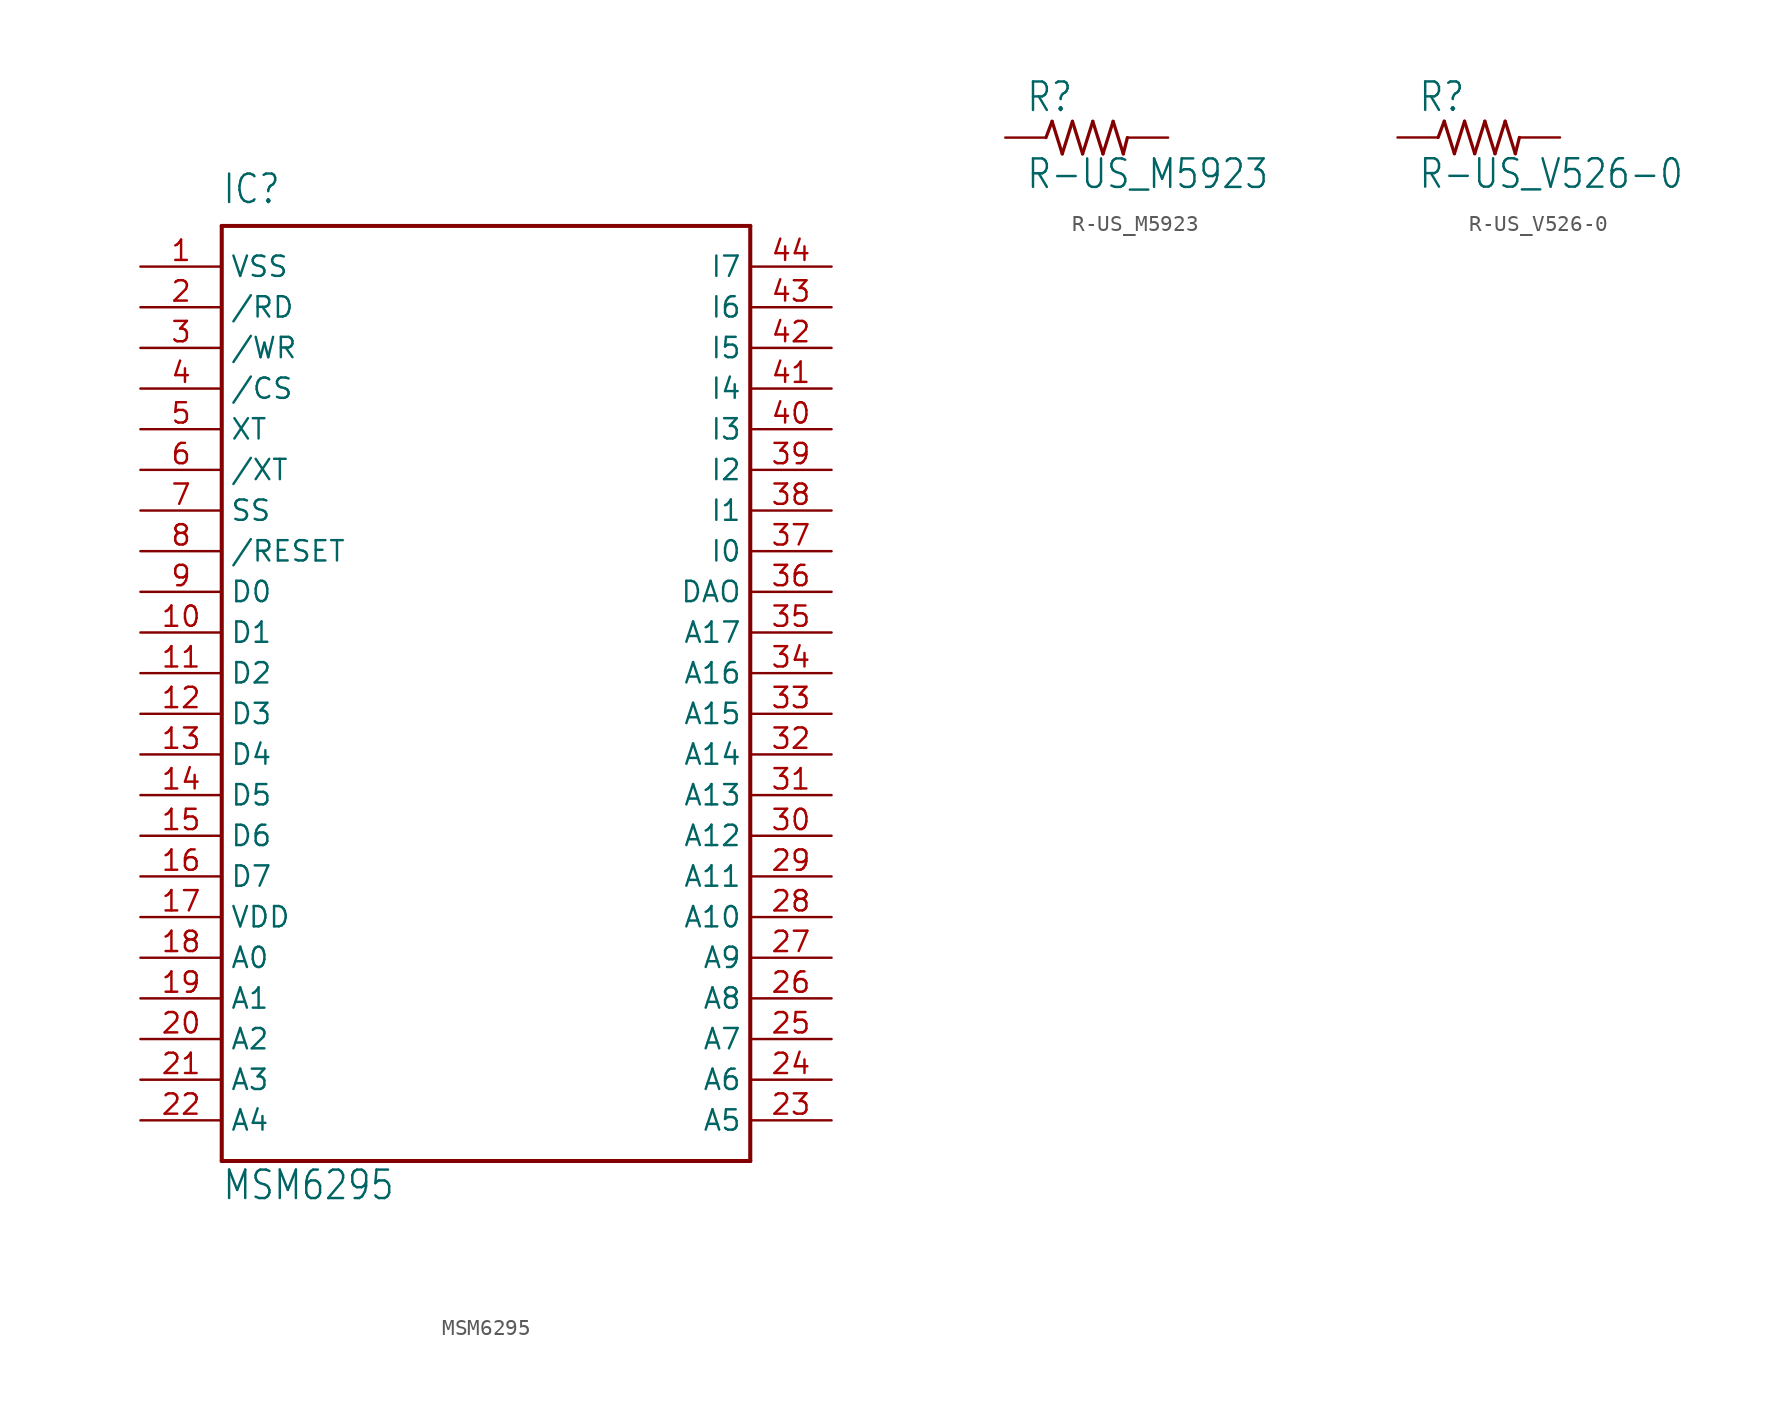
<source format=kicad_sym>
(kicad_symbol_lib
  (version 20211014)
  (generator kicad_symbol_editor)
  (symbol "MSM6295"
    (property "Reference" "IC"
      (at -17.78 31.75 0)
      (effects (font (size 1.778 1.511)) (justify left bottom)))
    (property "Value" "MSM6295"
      (at -17.78 -30.48 0)
      (effects (font (size 1.778 1.511)) (justify left bottom)))
    (property "ki_locked" ""
      (at 0 0 0)
      (effects (font (size 1.27 1.27))))
    (symbol "MSM6295_1_0"
      (polyline (pts (xy -17.78 -27.94) (xy 15.24 -27.94)) (stroke (width 0.254) (type default) (color 0 0 0 0)) (fill (type none)))
      (polyline (pts (xy -17.78 30.48) (xy -17.78 -27.94)) (stroke (width 0.254) (type default) (color 0 0 0 0)) (fill (type none)))
      (polyline (pts (xy 15.24 -27.94) (xy 15.24 30.48)) (stroke (width 0.254) (type default) (color 0 0 0 0)) (fill (type none)))
      (polyline (pts (xy 15.24 30.48) (xy -17.78 30.48)) (stroke (width 0.254) (type default) (color 0 0 0 0)) (fill (type none)))
      (pin power_in line (at -22.86 27.94 0) (length 5.08) (name "VSS" (effects (font (size 1.27 1.27)))) (number "1" (effects (font (size 1.27 1.27)))))
      (pin bidirectional line (at -22.86 5.08 0) (length 5.08) (name "D1" (effects (font (size 1.27 1.27)))) (number "10" (effects (font (size 1.27 1.27)))))
      (pin bidirectional line (at -22.86 2.54 0) (length 5.08) (name "D2" (effects (font (size 1.27 1.27)))) (number "11" (effects (font (size 1.27 1.27)))))
      (pin bidirectional line (at -22.86 0 0) (length 5.08) (name "D3" (effects (font (size 1.27 1.27)))) (number "12" (effects (font (size 1.27 1.27)))))
      (pin bidirectional line (at -22.86 -2.54 0) (length 5.08) (name "D4" (effects (font (size 1.27 1.27)))) (number "13" (effects (font (size 1.27 1.27)))))
      (pin bidirectional line (at -22.86 -5.08 0) (length 5.08) (name "D5" (effects (font (size 1.27 1.27)))) (number "14" (effects (font (size 1.27 1.27)))))
      (pin bidirectional line (at -22.86 -7.62 0) (length 5.08) (name "D6" (effects (font (size 1.27 1.27)))) (number "15" (effects (font (size 1.27 1.27)))))
      (pin bidirectional line (at -22.86 -10.16 0) (length 5.08) (name "D7" (effects (font (size 1.27 1.27)))) (number "16" (effects (font (size 1.27 1.27)))))
      (pin power_in line (at -22.86 -12.7 0) (length 5.08) (name "VDD" (effects (font (size 1.27 1.27)))) (number "17" (effects (font (size 1.27 1.27)))))
      (pin bidirectional line (at -22.86 -15.24 0) (length 5.08) (name "A0" (effects (font (size 1.27 1.27)))) (number "18" (effects (font (size 1.27 1.27)))))
      (pin bidirectional line (at -22.86 -17.78 0) (length 5.08) (name "A1" (effects (font (size 1.27 1.27)))) (number "19" (effects (font (size 1.27 1.27)))))
      (pin input line (at -22.86 25.4 0) (length 5.08) (name "/RD" (effects (font (size 1.27 1.27)))) (number "2" (effects (font (size 1.27 1.27)))))
      (pin bidirectional line (at -22.86 -20.32 0) (length 5.08) (name "A2" (effects (font (size 1.27 1.27)))) (number "20" (effects (font (size 1.27 1.27)))))
      (pin bidirectional line (at -22.86 -22.86 0) (length 5.08) (name "A3" (effects (font (size 1.27 1.27)))) (number "21" (effects (font (size 1.27 1.27)))))
      (pin bidirectional line (at -22.86 -25.4 0) (length 5.08) (name "A4" (effects (font (size 1.27 1.27)))) (number "22" (effects (font (size 1.27 1.27)))))
      (pin bidirectional line (at 20.32 -25.4 180) (length 5.08) (name "A5" (effects (font (size 1.27 1.27)))) (number "23" (effects (font (size 1.27 1.27)))))
      (pin bidirectional line (at 20.32 -22.86 180) (length 5.08) (name "A6" (effects (font (size 1.27 1.27)))) (number "24" (effects (font (size 1.27 1.27)))))
      (pin bidirectional line (at 20.32 -20.32 180) (length 5.08) (name "A7" (effects (font (size 1.27 1.27)))) (number "25" (effects (font (size 1.27 1.27)))))
      (pin bidirectional line (at 20.32 -17.78 180) (length 5.08) (name "A8" (effects (font (size 1.27 1.27)))) (number "26" (effects (font (size 1.27 1.27)))))
      (pin bidirectional line (at 20.32 -15.24 180) (length 5.08) (name "A9" (effects (font (size 1.27 1.27)))) (number "27" (effects (font (size 1.27 1.27)))))
      (pin bidirectional line (at 20.32 -12.7 180) (length 5.08) (name "A10" (effects (font (size 1.27 1.27)))) (number "28" (effects (font (size 1.27 1.27)))))
      (pin bidirectional line (at 20.32 -10.16 180) (length 5.08) (name "A11" (effects (font (size 1.27 1.27)))) (number "29" (effects (font (size 1.27 1.27)))))
      (pin input line (at -22.86 22.86 0) (length 5.08) (name "/WR" (effects (font (size 1.27 1.27)))) (number "3" (effects (font (size 1.27 1.27)))))
      (pin bidirectional line (at 20.32 -7.62 180) (length 5.08) (name "A12" (effects (font (size 1.27 1.27)))) (number "30" (effects (font (size 1.27 1.27)))))
      (pin bidirectional line (at 20.32 -5.08 180) (length 5.08) (name "A13" (effects (font (size 1.27 1.27)))) (number "31" (effects (font (size 1.27 1.27)))))
      (pin bidirectional line (at 20.32 -2.54 180) (length 5.08) (name "A14" (effects (font (size 1.27 1.27)))) (number "32" (effects (font (size 1.27 1.27)))))
      (pin bidirectional line (at 20.32 0 180) (length 5.08) (name "A15" (effects (font (size 1.27 1.27)))) (number "33" (effects (font (size 1.27 1.27)))))
      (pin bidirectional line (at 20.32 2.54 180) (length 5.08) (name "A16" (effects (font (size 1.27 1.27)))) (number "34" (effects (font (size 1.27 1.27)))))
      (pin bidirectional line (at 20.32 5.08 180) (length 5.08) (name "A17" (effects (font (size 1.27 1.27)))) (number "35" (effects (font (size 1.27 1.27)))))
      (pin output line (at 20.32 7.62 180) (length 5.08) (name "DAO" (effects (font (size 1.27 1.27)))) (number "36" (effects (font (size 1.27 1.27)))))
      (pin bidirectional line (at 20.32 10.16 180) (length 5.08) (name "I0" (effects (font (size 1.27 1.27)))) (number "37" (effects (font (size 1.27 1.27)))))
      (pin bidirectional line (at 20.32 12.7 180) (length 5.08) (name "I1" (effects (font (size 1.27 1.27)))) (number "38" (effects (font (size 1.27 1.27)))))
      (pin bidirectional line (at 20.32 15.24 180) (length 5.08) (name "I2" (effects (font (size 1.27 1.27)))) (number "39" (effects (font (size 1.27 1.27)))))
      (pin input line (at -22.86 20.32 0) (length 5.08) (name "/CS" (effects (font (size 1.27 1.27)))) (number "4" (effects (font (size 1.27 1.27)))))
      (pin bidirectional line (at 20.32 17.78 180) (length 5.08) (name "I3" (effects (font (size 1.27 1.27)))) (number "40" (effects (font (size 1.27 1.27)))))
      (pin bidirectional line (at 20.32 20.32 180) (length 5.08) (name "I4" (effects (font (size 1.27 1.27)))) (number "41" (effects (font (size 1.27 1.27)))))
      (pin bidirectional line (at 20.32 22.86 180) (length 5.08) (name "I5" (effects (font (size 1.27 1.27)))) (number "42" (effects (font (size 1.27 1.27)))))
      (pin bidirectional line (at 20.32 25.4 180) (length 5.08) (name "I6" (effects (font (size 1.27 1.27)))) (number "43" (effects (font (size 1.27 1.27)))))
      (pin bidirectional line (at 20.32 27.94 180) (length 5.08) (name "I7" (effects (font (size 1.27 1.27)))) (number "44" (effects (font (size 1.27 1.27)))))
      (pin passive line (at -22.86 17.78 0) (length 5.08) (name "XT" (effects (font (size 1.27 1.27)))) (number "5" (effects (font (size 1.27 1.27)))))
      (pin passive line (at -22.86 15.24 0) (length 5.08) (name "/XT" (effects (font (size 1.27 1.27)))) (number "6" (effects (font (size 1.27 1.27)))))
      (pin input line (at -22.86 12.7 0) (length 5.08) (name "SS" (effects (font (size 1.27 1.27)))) (number "7" (effects (font (size 1.27 1.27)))))
      (pin input line (at -22.86 10.16 0) (length 5.08) (name "/RESET" (effects (font (size 1.27 1.27)))) (number "8" (effects (font (size 1.27 1.27)))))
      (pin bidirectional line (at -22.86 7.62 0) (length 5.08) (name "D0" (effects (font (size 1.27 1.27)))) (number "9" (effects (font (size 1.27 1.27)))))))
  (symbol "R-US_M5923"
    (property "Reference" "R"
      (at -3.81 1.499 0)
      (effects (font (size 1.778 1.511)) (justify left bottom)))
    (property "Value" "R-US_M5923"
      (at -3.81 -3.302 0)
      (effects (font (size 1.778 1.511)) (justify left bottom)))
    (property "ki_locked" ""
      (at 0 0 0)
      (effects (font (size 1.27 1.27))))
    (symbol "R-US_M5923_1_0"
      (polyline (pts (xy -2.54 0) (xy -2.159 1.016)) (stroke (width 0.203) (type default) (color 0 0 0 0)) (fill (type none)))
      (polyline (pts (xy -2.159 1.016) (xy -1.524 -1.016)) (stroke (width 0.203) (type default) (color 0 0 0 0)) (fill (type none)))
      (polyline (pts (xy -1.524 -1.016) (xy -0.889 1.016)) (stroke (width 0.203) (type default) (color 0 0 0 0)) (fill (type none)))
      (polyline (pts (xy -0.889 1.016) (xy -0.254 -1.016)) (stroke (width 0.203) (type default) (color 0 0 0 0)) (fill (type none)))
      (polyline (pts (xy -0.254 -1.016) (xy 0.381 1.016)) (stroke (width 0.203) (type default) (color 0 0 0 0)) (fill (type none)))
      (polyline (pts (xy 0.381 1.016) (xy 1.016 -1.016)) (stroke (width 0.203) (type default) (color 0 0 0 0)) (fill (type none)))
      (polyline (pts (xy 1.016 -1.016) (xy 1.651 1.016)) (stroke (width 0.203) (type default) (color 0 0 0 0)) (fill (type none)))
      (polyline (pts (xy 1.651 1.016) (xy 2.286 -1.016)) (stroke (width 0.203) (type default) (color 0 0 0 0)) (fill (type none)))
      (polyline (pts (xy 2.286 -1.016) (xy 2.54 0)) (stroke (width 0.203) (type default) (color 0 0 0 0)) (fill (type none)))
      (pin passive line (at -5.08 0 0) (length 2.54) (name "1" (effects (font (size 0 0)))) (number "1" (effects (font (size 0 0)))))
      (pin passive line (at 5.08 0 180) (length 2.54) (name "2" (effects (font (size 0 0)))) (number "2" (effects (font (size 0 0)))))))
  (symbol "R-US_V526-0"
    (property "Reference" "R"
      (at -3.81 1.499 0)
      (effects (font (size 1.778 1.511)) (justify left bottom)))
    (property "Value" "R-US_V526-0"
      (at -3.81 -3.302 0)
      (effects (font (size 1.778 1.511)) (justify left bottom)))
    (property "ki_locked" ""
      (at 0 0 0)
      (effects (font (size 1.27 1.27))))
    (symbol "R-US_V526-0_1_0"
      (polyline (pts (xy -2.54 0) (xy -2.159 1.016)) (stroke (width 0.203) (type default) (color 0 0 0 0)) (fill (type none)))
      (polyline (pts (xy -2.159 1.016) (xy -1.524 -1.016)) (stroke (width 0.203) (type default) (color 0 0 0 0)) (fill (type none)))
      (polyline (pts (xy -1.524 -1.016) (xy -0.889 1.016)) (stroke (width 0.203) (type default) (color 0 0 0 0)) (fill (type none)))
      (polyline (pts (xy -0.889 1.016) (xy -0.254 -1.016)) (stroke (width 0.203) (type default) (color 0 0 0 0)) (fill (type none)))
      (polyline (pts (xy -0.254 -1.016) (xy 0.381 1.016)) (stroke (width 0.203) (type default) (color 0 0 0 0)) (fill (type none)))
      (polyline (pts (xy 0.381 1.016) (xy 1.016 -1.016)) (stroke (width 0.203) (type default) (color 0 0 0 0)) (fill (type none)))
      (polyline (pts (xy 1.016 -1.016) (xy 1.651 1.016)) (stroke (width 0.203) (type default) (color 0 0 0 0)) (fill (type none)))
      (polyline (pts (xy 1.651 1.016) (xy 2.286 -1.016)) (stroke (width 0.203) (type default) (color 0 0 0 0)) (fill (type none)))
      (polyline (pts (xy 2.286 -1.016) (xy 2.54 0)) (stroke (width 0.203) (type default) (color 0 0 0 0)) (fill (type none)))
      (pin passive line (at -5.08 0 0) (length 2.54) (name "1" (effects (font (size 0 0)))) (number "1" (effects (font (size 0 0)))))
      (pin passive line (at 5.08 0 180) (length 2.54) (name "2" (effects (font (size 0 0)))) (number "2" (effects (font (size 0 0))))))))
</source>
